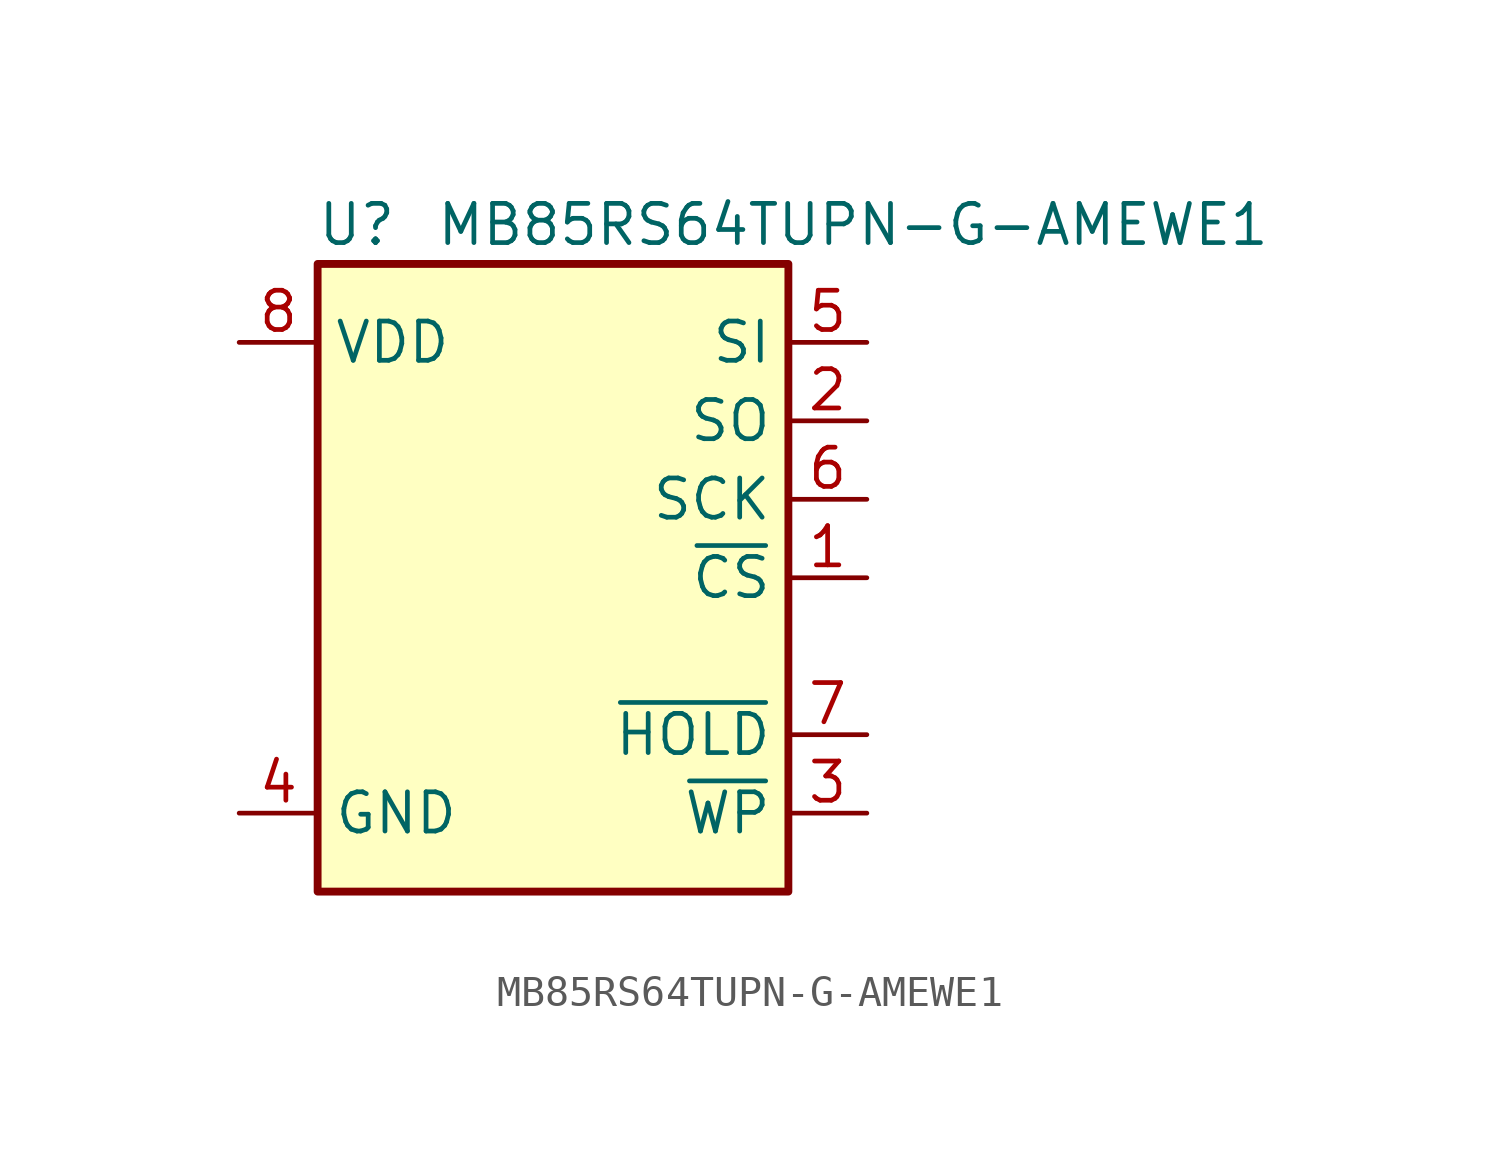
<source format=kicad_sym>
(kicad_symbol_lib
  (version 20211014)
  (generator kicad_symbol_editor)
  (symbol "MB85RS64TUPN-G-AMEWE1"
    (property "Reference" "U"
      (at -6.35 11.43 0)
      (effects (font (size 1.27 1.27))))
    (property "Value" "MB85RS64TUPN-G-AMEWE1"
      (at -3.81 11.43 0)
      (effects (font (size 1.27 1.27)) (justify left)))
    (symbol "MB85RS64TUPN-G-AMEWE1_1_1"
      (rectangle (start -7.62 10.16) (end 7.62 -10.16) (stroke (width 0.254) (type default) (color 0 0 0 0)) (fill (type background)))
      (pin input line (at 10.16 0 180) (length 2.54) (name "~{CS}" (effects (font (size 1.27 1.27)))) (number "1" (effects (font (size 1.27 1.27)))))
      (pin output line (at 10.16 5.08 180) (length 2.54) (name "SO" (effects (font (size 1.27 1.27)))) (number "2" (effects (font (size 1.27 1.27)))))
      (pin input line (at 10.16 -7.62 180) (length 2.54) (name "~{WP}" (effects (font (size 1.27 1.27)))) (number "3" (effects (font (size 1.27 1.27)))))
      (pin power_in line (at -10.16 -7.62 0) (length 2.54) (name "GND" (effects (font (size 1.27 1.27)))) (number "4" (effects (font (size 1.27 1.27)))))
      (pin input line (at 10.16 7.62 180) (length 2.54) (name "SI" (effects (font (size 1.27 1.27)))) (number "5" (effects (font (size 1.27 1.27)))))
      (pin input line (at 10.16 2.54 180) (length 2.54) (name "SCK" (effects (font (size 1.27 1.27)))) (number "6" (effects (font (size 1.27 1.27)))))
      (pin input line (at 10.16 -5.08 180) (length 2.54) (name "~{HOLD}" (effects (font (size 1.27 1.27)))) (number "7" (effects (font (size 1.27 1.27)))))
      (pin power_in line (at -10.16 7.62 0) (length 2.54) (name "VDD" (effects (font (size 1.27 1.27)))) (number "8" (effects (font (size 1.27 1.27))))))))
</source>
